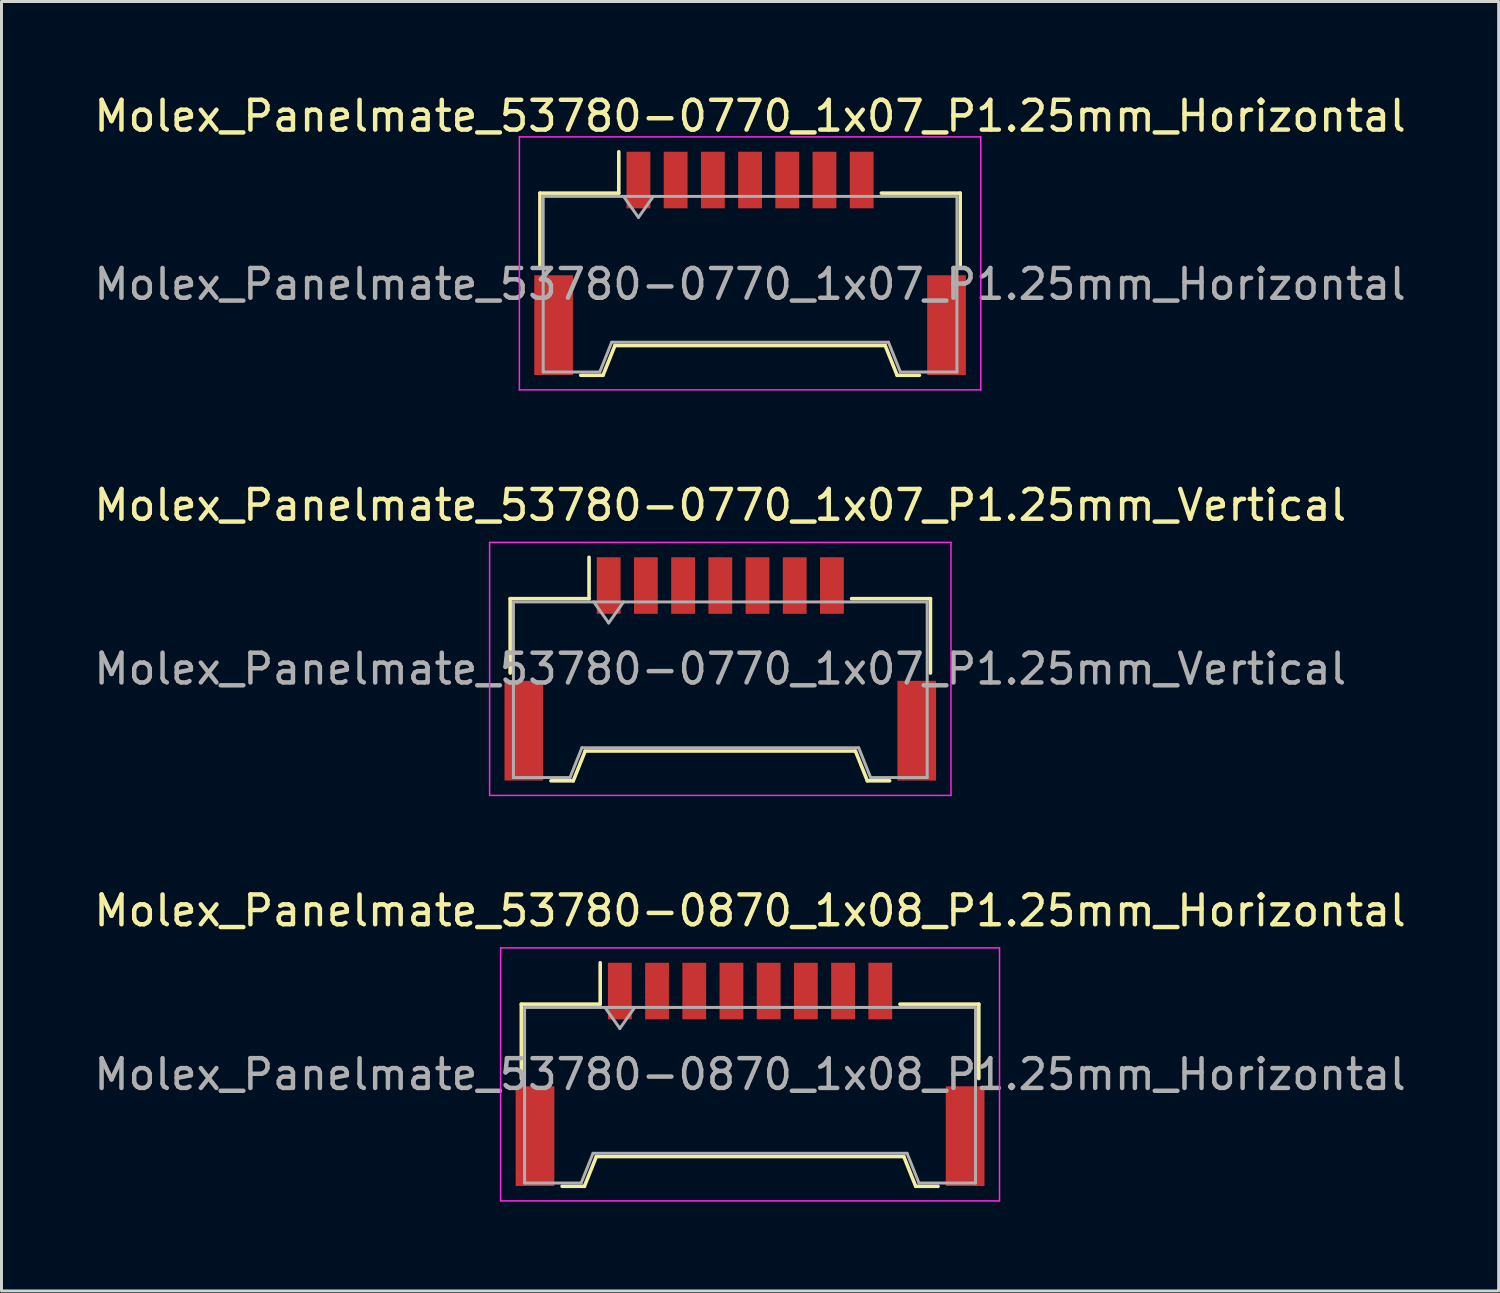
<source format=kicad_pcb>
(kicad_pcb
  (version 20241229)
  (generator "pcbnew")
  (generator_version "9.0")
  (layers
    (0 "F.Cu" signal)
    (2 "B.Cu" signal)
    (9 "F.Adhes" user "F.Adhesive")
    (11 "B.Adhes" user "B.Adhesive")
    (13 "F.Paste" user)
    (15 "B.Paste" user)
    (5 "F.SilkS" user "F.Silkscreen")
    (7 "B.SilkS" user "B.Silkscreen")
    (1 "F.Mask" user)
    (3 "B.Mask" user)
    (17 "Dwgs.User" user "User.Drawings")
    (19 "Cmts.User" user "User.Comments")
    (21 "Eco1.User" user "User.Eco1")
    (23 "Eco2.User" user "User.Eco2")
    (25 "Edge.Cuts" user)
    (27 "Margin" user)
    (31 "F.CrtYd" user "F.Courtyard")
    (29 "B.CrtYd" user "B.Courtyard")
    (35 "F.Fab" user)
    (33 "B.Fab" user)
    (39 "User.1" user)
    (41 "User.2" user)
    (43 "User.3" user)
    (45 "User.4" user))
  (footprint "Molex_Panelmate_53780-0770_1x07_P1.25mm_Horizontal"
    (layer "F.Cu")
    (at 22.149 5.798)
    (property "Reference" "Molex_Panelmate_53780-0770_1x07_P1.25mm_Horizontal" (at 0 -4.95 0) (layer "F.SilkS") (effects (font (size 1 1) (thickness 0.15))))
    (attr smd)
    (fp_line (start -7.06 -2.36) (end -4.41 -2.36) (stroke (width 0.12) (type solid)) (layer "F.SilkS"))
    (fp_line (start -7.06 0.14) (end -7.06 -2.36) (stroke (width 0.12) (type solid)) (layer "F.SilkS"))
    (fp_line (start -5.69 3.76) (end -4.94 3.76) (stroke (width 0.12) (type solid)) (layer "F.SilkS"))
    (fp_line (start -4.94 3.76) (end -4.54 2.76) (stroke (width 0.12) (type solid)) (layer "F.SilkS"))
    (fp_line (start -4.54 2.76) (end 4.54 2.76) (stroke (width 0.12) (type solid)) (layer "F.SilkS"))
    (fp_line (start -4.41 -2.36) (end -4.41 -3.75) (stroke (width 0.12) (type solid)) (layer "F.SilkS"))
    (fp_line (start 4.54 2.76) (end 4.94 3.76) (stroke (width 0.12) (type solid)) (layer "F.SilkS"))
    (fp_line (start 4.94 3.76) (end 5.69 3.76) (stroke (width 0.12) (type solid)) (layer "F.SilkS"))
    (fp_line (start 7.06 -2.36) (end 4.41 -2.36) (stroke (width 0.12) (type solid)) (layer "F.SilkS"))
    (fp_line (start 7.06 0.14) (end 7.06 -2.36) (stroke (width 0.12) (type solid)) (layer "F.SilkS"))
    (fp_line (start -7.75 -4.25) (end -7.75 4.25) (stroke (width 0.05) (type solid)) (layer "F.CrtYd"))
    (fp_line (start -7.75 4.25) (end 7.75 4.25) (stroke (width 0.05) (type solid)) (layer "F.CrtYd"))
    (fp_line (start 7.75 -4.25) (end -7.75 -4.25) (stroke (width 0.05) (type solid)) (layer "F.CrtYd"))
    (fp_line (start 7.75 4.25) (end 7.75 -4.25) (stroke (width 0.05) (type solid)) (layer "F.CrtYd"))
    (fp_line (start -6.95 -2.25) (end -6.95 3.65) (stroke (width 0.1) (type solid)) (layer "F.Fab"))
    (fp_line (start -6.95 -2.25) (end 6.95 -2.25) (stroke (width 0.1) (type solid)) (layer "F.Fab"))
    (fp_line (start -6.95 3.65) (end -5.05 3.65) (stroke (width 0.1) (type solid)) (layer "F.Fab"))
    (fp_line (start -5.05 3.65) (end -4.65 2.65) (stroke (width 0.1) (type solid)) (layer "F.Fab"))
    (fp_line (start -4.65 2.65) (end 4.65 2.65) (stroke (width 0.1) (type solid)) (layer "F.Fab"))
    (fp_line (start -4.25 -2.25) (end -3.75 -1.543) (stroke (width 0.1) (type solid)) (layer "F.Fab"))
    (fp_line (start -3.75 -1.543) (end -3.25 -2.25) (stroke (width 0.1) (type solid)) (layer "F.Fab"))
    (fp_line (start 4.65 2.65) (end 5.05 3.65) (stroke (width 0.1) (type solid)) (layer "F.Fab"))
    (fp_line (start 5.05 3.65) (end 6.95 3.65) (stroke (width 0.1) (type solid)) (layer "F.Fab"))
    (fp_line (start 6.95 -2.25) (end 6.95 3.65) (stroke (width 0.1) (type solid)) (layer "F.Fab"))
    (fp_text user "${REFERENCE}" (at 0 0.7 0) (layer "F.Fab") (effects (font (size 1 1) (thickness 0.15))))
    (pad "" smd rect (at -6.6 2.075) (size 1.3 3.35) (layers "F.Cu" "F.Mask" "F.Paste"))
    (pad "" smd rect (at 6.6 2.075) (size 1.3 3.35) (layers "F.Cu" "F.Mask" "F.Paste"))
    (pad "1" smd rect (at -3.75 -2.8) (size 0.8 1.9) (layers "F.Cu" "F.Mask" "F.Paste"))
    (pad "2" smd rect (at -2.5 -2.8) (size 0.8 1.9) (layers "F.Cu" "F.Mask" "F.Paste"))
    (pad "3" smd rect (at -1.25 -2.8) (size 0.8 1.9) (layers "F.Cu" "F.Mask" "F.Paste"))
    (pad "4" smd rect (at 0 -2.8) (size 0.8 1.9) (layers "F.Cu" "F.Mask" "F.Paste"))
    (pad "5" smd rect (at 1.25 -2.8) (size 0.8 1.9) (layers "F.Cu" "F.Mask" "F.Paste"))
    (pad "6" smd rect (at 2.5 -2.8) (size 0.8 1.9) (layers "F.Cu" "F.Mask" "F.Paste"))
    (pad "7" smd rect (at 3.75 -2.8) (size 0.8 1.9) (layers "F.Cu" "F.Mask" "F.Paste")))
  (footprint "Molex_Panelmate_53780-0870_1x08_P1.25mm_Horizontal"
    (layer "F.Cu")
    (at 22.149 33.045)
    (property "Reference" "Molex_Panelmate_53780-0870_1x08_P1.25mm_Horizontal" (at 0 -5.5 0) (layer "F.SilkS") (effects (font (size 1 1) (thickness 0.15))))
    (attr smd)
    (fp_line (start -7.685 -2.36) (end -5.035 -2.36) (stroke (width 0.12) (type solid)) (layer "F.SilkS"))
    (fp_line (start -7.685 0.14) (end -7.685 -2.36) (stroke (width 0.12) (type solid)) (layer "F.SilkS"))
    (fp_line (start -6.315 3.76) (end -5.565 3.76) (stroke (width 0.12) (type solid)) (layer "F.SilkS"))
    (fp_line (start -5.565 3.76) (end -5.165 2.76) (stroke (width 0.12) (type solid)) (layer "F.SilkS"))
    (fp_line (start -5.165 2.76) (end 5.165 2.76) (stroke (width 0.12) (type solid)) (layer "F.SilkS"))
    (fp_line (start -5.035 -2.36) (end -5.035 -3.75) (stroke (width 0.12) (type solid)) (layer "F.SilkS"))
    (fp_line (start 5.165 2.76) (end 5.565 3.76) (stroke (width 0.12) (type solid)) (layer "F.SilkS"))
    (fp_line (start 5.565 3.76) (end 6.315 3.76) (stroke (width 0.12) (type solid)) (layer "F.SilkS"))
    (fp_line (start 7.685 -2.36) (end 5.035 -2.36) (stroke (width 0.12) (type solid)) (layer "F.SilkS"))
    (fp_line (start 7.685 0.14) (end 7.685 -2.36) (stroke (width 0.12) (type solid)) (layer "F.SilkS"))
    (fp_line (start -8.38 -4.25) (end -8.38 4.25) (stroke (width 0.05) (type solid)) (layer "F.CrtYd"))
    (fp_line (start -8.38 4.25) (end 8.38 4.25) (stroke (width 0.05) (type solid)) (layer "F.CrtYd"))
    (fp_line (start 8.38 -4.25) (end -8.38 -4.25) (stroke (width 0.05) (type solid)) (layer "F.CrtYd"))
    (fp_line (start 8.38 4.25) (end 8.38 -4.25) (stroke (width 0.05) (type solid)) (layer "F.CrtYd"))
    (fp_line (start -7.575 -2.25) (end -7.575 3.65) (stroke (width 0.1) (type solid)) (layer "F.Fab"))
    (fp_line (start -7.575 -2.25) (end 7.575 -2.25) (stroke (width 0.1) (type solid)) (layer "F.Fab"))
    (fp_line (start -7.575 3.65) (end -5.675 3.65) (stroke (width 0.1) (type solid)) (layer "F.Fab"))
    (fp_line (start -5.675 3.65) (end -5.275 2.65) (stroke (width 0.1) (type solid)) (layer "F.Fab"))
    (fp_line (start -5.275 2.65) (end 5.275 2.65) (stroke (width 0.1) (type solid)) (layer "F.Fab"))
    (fp_line (start -4.875 -2.25) (end -4.375 -1.543) (stroke (width 0.1) (type solid)) (layer "F.Fab"))
    (fp_line (start -4.375 -1.543) (end -3.875 -2.25) (stroke (width 0.1) (type solid)) (layer "F.Fab"))
    (fp_line (start 5.275 2.65) (end 5.675 3.65) (stroke (width 0.1) (type solid)) (layer "F.Fab"))
    (fp_line (start 5.675 3.65) (end 7.575 3.65) (stroke (width 0.1) (type solid)) (layer "F.Fab"))
    (fp_line (start 7.575 -2.25) (end 7.575 3.65) (stroke (width 0.1) (type solid)) (layer "F.Fab"))
    (fp_text user "${REFERENCE}" (at 0 0 0) (layer "F.Fab") (effects (font (size 1 1) (thickness 0.15))))
    (pad "" smd rect (at -7.225 2.075) (size 1.3 3.35) (layers "F.Cu" "F.Mask" "F.Paste"))
    (pad "" smd rect (at 7.225 2.075) (size 1.3 3.35) (layers "F.Cu" "F.Mask" "F.Paste"))
    (pad "1" smd rect (at -4.375 -2.8) (size 0.8 1.9) (layers "F.Cu" "F.Mask" "F.Paste"))
    (pad "2" smd rect (at -3.125 -2.8) (size 0.8 1.9) (layers "F.Cu" "F.Mask" "F.Paste"))
    (pad "3" smd rect (at -1.875 -2.8) (size 0.8 1.9) (layers "F.Cu" "F.Mask" "F.Paste"))
    (pad "4" smd rect (at -0.625 -2.8) (size 0.8 1.9) (layers "F.Cu" "F.Mask" "F.Paste"))
    (pad "5" smd rect (at 0.625 -2.8) (size 0.8 1.9) (layers "F.Cu" "F.Mask" "F.Paste"))
    (pad "6" smd rect (at 1.875 -2.8) (size 0.8 1.9) (layers "F.Cu" "F.Mask" "F.Paste"))
    (pad "7" smd rect (at 3.125 -2.8) (size 0.8 1.9) (layers "F.Cu" "F.Mask" "F.Paste"))
    (pad "8" smd rect (at 4.375 -2.8) (size 0.8 1.9) (layers "F.Cu" "F.Mask" "F.Paste")))
  (footprint "Molex_Panelmate_53780-0770_1x07_P1.25mm_Vertical"
    (layer "F.Cu")
    (at 21.149 19.422)
    (property "Reference" "Molex_Panelmate_53780-0770_1x07_P1.25mm_Vertical" (at 0 -5.5 0) (layer "F.SilkS") (effects (font (size 1 1) (thickness 0.15))))
    (attr smd)
    (fp_line (start -7.06 -2.36) (end -4.41 -2.36) (stroke (width 0.12) (type solid)) (layer "F.SilkS"))
    (fp_line (start -7.06 0.14) (end -7.06 -2.36) (stroke (width 0.12) (type solid)) (layer "F.SilkS"))
    (fp_line (start -5.69 3.76) (end -4.94 3.76) (stroke (width 0.12) (type solid)) (layer "F.SilkS"))
    (fp_line (start -4.94 3.76) (end -4.54 2.76) (stroke (width 0.12) (type solid)) (layer "F.SilkS"))
    (fp_line (start -4.54 2.76) (end 4.54 2.76) (stroke (width 0.12) (type solid)) (layer "F.SilkS"))
    (fp_line (start -4.41 -2.36) (end -4.41 -3.75) (stroke (width 0.12) (type solid)) (layer "F.SilkS"))
    (fp_line (start 4.54 2.76) (end 4.94 3.76) (stroke (width 0.12) (type solid)) (layer "F.SilkS"))
    (fp_line (start 4.94 3.76) (end 5.69 3.76) (stroke (width 0.12) (type solid)) (layer "F.SilkS"))
    (fp_line (start 7.06 -2.36) (end 4.41 -2.36) (stroke (width 0.12) (type solid)) (layer "F.SilkS"))
    (fp_line (start 7.06 0.14) (end 7.06 -2.36) (stroke (width 0.12) (type solid)) (layer "F.SilkS"))
    (fp_line (start -7.75 -4.25) (end -7.75 4.25) (stroke (width 0.05) (type solid)) (layer "F.CrtYd"))
    (fp_line (start -7.75 4.25) (end 7.75 4.25) (stroke (width 0.05) (type solid)) (layer "F.CrtYd"))
    (fp_line (start 7.75 -4.25) (end -7.75 -4.25) (stroke (width 0.05) (type solid)) (layer "F.CrtYd"))
    (fp_line (start 7.75 4.25) (end 7.75 -4.25) (stroke (width 0.05) (type solid)) (layer "F.CrtYd"))
    (fp_line (start -6.95 -2.25) (end -6.95 3.65) (stroke (width 0.1) (type solid)) (layer "F.Fab"))
    (fp_line (start -6.95 -2.25) (end 6.95 -2.25) (stroke (width 0.1) (type solid)) (layer "F.Fab"))
    (fp_line (start -6.95 3.65) (end -5.05 3.65) (stroke (width 0.1) (type solid)) (layer "F.Fab"))
    (fp_line (start -5.05 3.65) (end -4.65 2.65) (stroke (width 0.1) (type solid)) (layer "F.Fab"))
    (fp_line (start -4.65 2.65) (end 4.65 2.65) (stroke (width 0.1) (type solid)) (layer "F.Fab"))
    (fp_line (start -4.25 -2.25) (end -3.75 -1.543) (stroke (width 0.1) (type solid)) (layer "F.Fab"))
    (fp_line (start -3.75 -1.543) (end -3.25 -2.25) (stroke (width 0.1) (type solid)) (layer "F.Fab"))
    (fp_line (start 4.65 2.65) (end 5.05 3.65) (stroke (width 0.1) (type solid)) (layer "F.Fab"))
    (fp_line (start 5.05 3.65) (end 6.95 3.65) (stroke (width 0.1) (type solid)) (layer "F.Fab"))
    (fp_line (start 6.95 -2.25) (end 6.95 3.65) (stroke (width 0.1) (type solid)) (layer "F.Fab"))
    (fp_text user "${REFERENCE}" (at 0 0 0) (layer "F.Fab") (effects (font (size 1 1) (thickness 0.15))))
    (pad "" smd rect (at -6.6 2.075) (size 1.3 3.35) (layers "F.Cu" "F.Mask" "F.Paste"))
    (pad "" smd rect (at 6.6 2.075) (size 1.3 3.35) (layers "F.Cu" "F.Mask" "F.Paste"))
    (pad "1" smd rect (at -3.75 -2.8) (size 0.8 1.9) (layers "F.Cu" "F.Mask" "F.Paste"))
    (pad "2" smd rect (at -2.5 -2.8) (size 0.8 1.9) (layers "F.Cu" "F.Mask" "F.Paste"))
    (pad "3" smd rect (at -1.25 -2.8) (size 0.8 1.9) (layers "F.Cu" "F.Mask" "F.Paste"))
    (pad "4" smd rect (at 0 -2.8) (size 0.8 1.9) (layers "F.Cu" "F.Mask" "F.Paste"))
    (pad "5" smd rect (at 1.25 -2.8) (size 0.8 1.9) (layers "F.Cu" "F.Mask" "F.Paste"))
    (pad "6" smd rect (at 2.5 -2.8) (size 0.8 1.9) (layers "F.Cu" "F.Mask" "F.Paste"))
    (pad "7" smd rect (at 3.75 -2.8) (size 0.8 1.9) (layers "F.Cu" "F.Mask" "F.Paste")))
  (gr_rect
    (start -3 -3)
    (end 47.298 40.32)
    (stroke (width 0.1) (type default))
    (fill no)
    (layer "Edge.Cuts")))
</source>
